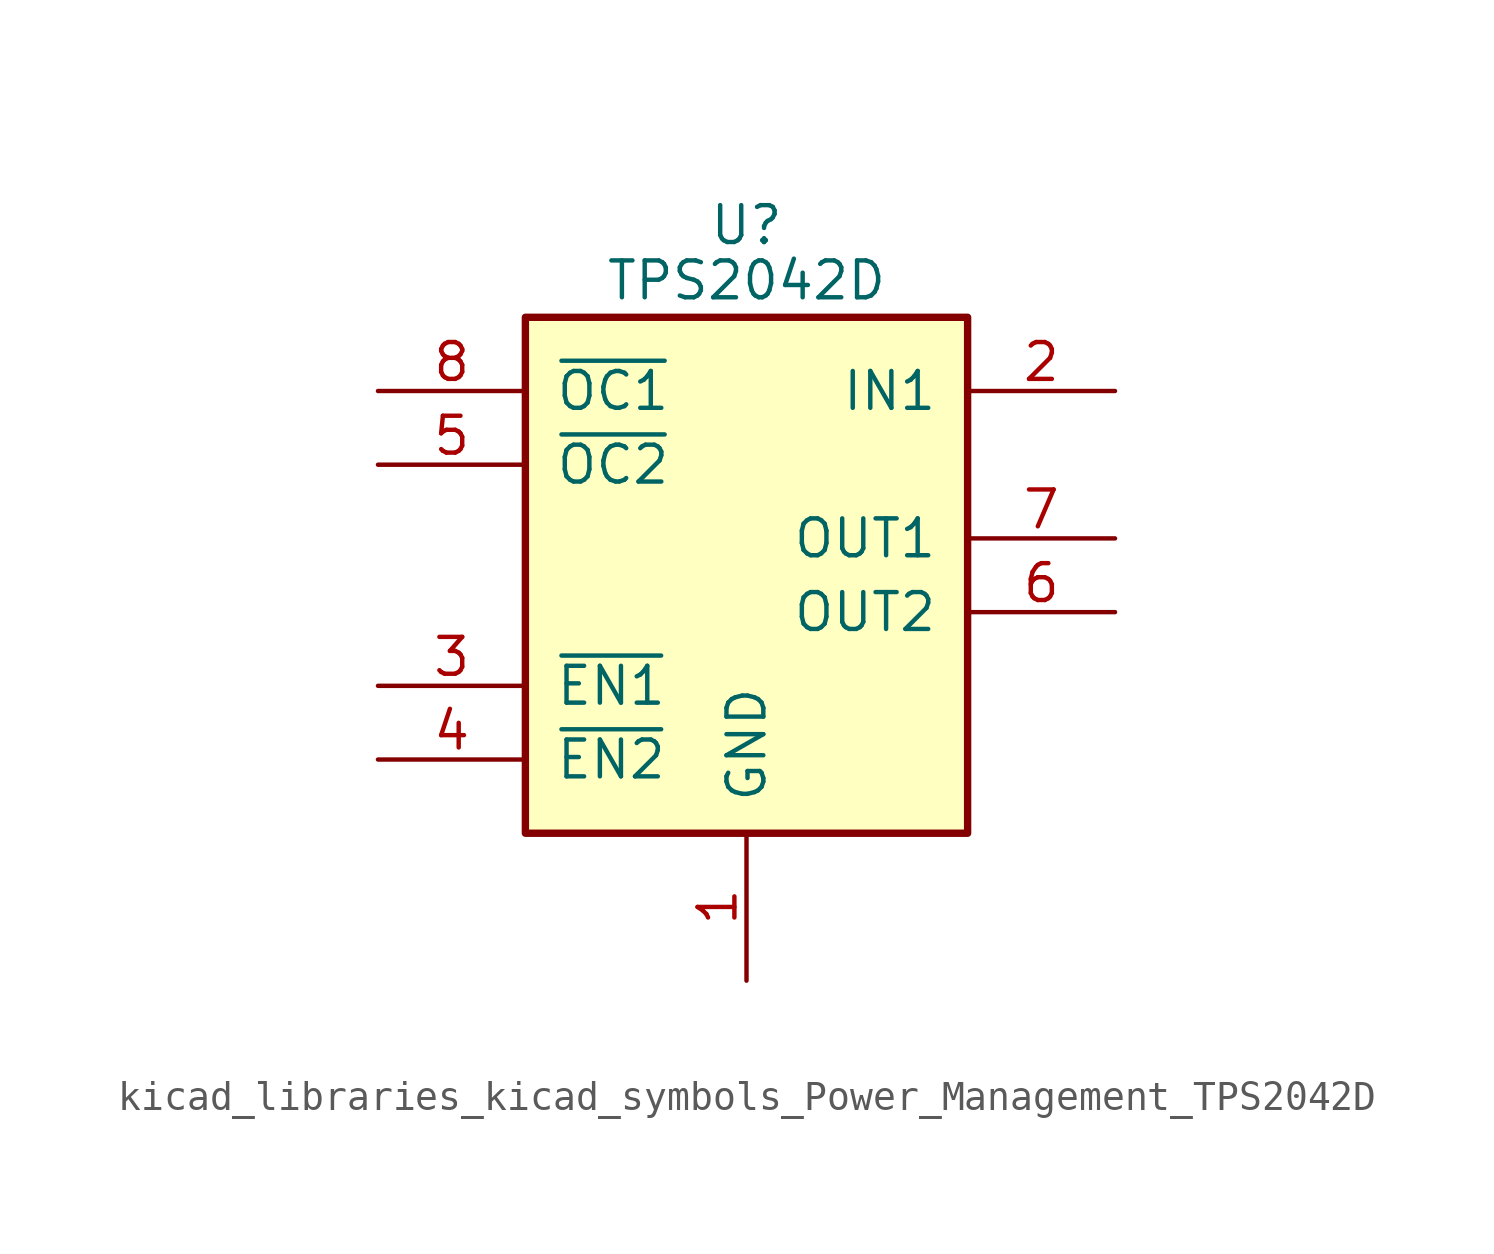
<source format=kicad_sym>
(kicad_symbol_lib
  (version 20220914)
  (generator kicad_symbol_editor)
  (symbol "kicad_libraries_kicad_symbols_Power_Management_TPS2042D"
    (pin_names
      (offset 1.016))
    (property "Reference" "U"
      (at 0 10.795 0)
      (effects (font (size 1.27 1.27))))
    (property "Value" "TPS2042D"
      (at 0 8.89 0)
      (effects (font (size 1.27 1.27))))
    (symbol "kicad_libraries_kicad_symbols_Power_Management_TPS2042D_0_1"
      (rectangle (start -7.62 7.62) (end 7.62 -10.16) (stroke (width 0.254) (type default)) (fill (type background))))
    (symbol "kicad_libraries_kicad_symbols_Power_Management_TPS2042D_1_1"
      (pin power_in line (at 0 -15.24 90) (length 5.08) (name "GND" (effects (font (size 1.27 1.27)))) (number "1" (effects (font (size 1.27 1.27)))))
      (pin power_in line (at 12.7 5.08 180) (length 5.08) (name "IN1" (effects (font (size 1.27 1.27)))) (number "2" (effects (font (size 1.27 1.27)))))
      (pin input line (at -12.7 -5.08 0) (length 5.08) (name "~{EN1}" (effects (font (size 1.27 1.27)))) (number "3" (effects (font (size 1.27 1.27)))))
      (pin input line (at -12.7 -7.62 0) (length 5.08) (name "~{EN2}" (effects (font (size 1.27 1.27)))) (number "4" (effects (font (size 1.27 1.27)))))
      (pin open_collector line (at -12.7 2.54 0) (length 5.08) (name "~{OC2}" (effects (font (size 1.27 1.27)))) (number "5" (effects (font (size 1.27 1.27)))))
      (pin power_out line (at 12.7 -2.54 180) (length 5.08) (name "OUT2" (effects (font (size 1.27 1.27)))) (number "6" (effects (font (size 1.27 1.27)))))
      (pin power_out line (at 12.7 0 180) (length 5.08) (name "OUT1" (effects (font (size 1.27 1.27)))) (number "7" (effects (font (size 1.27 1.27)))))
      (pin open_collector line (at -12.7 5.08 0) (length 5.08) (name "~{OC1}" (effects (font (size 1.27 1.27)))) (number "8" (effects (font (size 1.27 1.27))))))))
</source>
